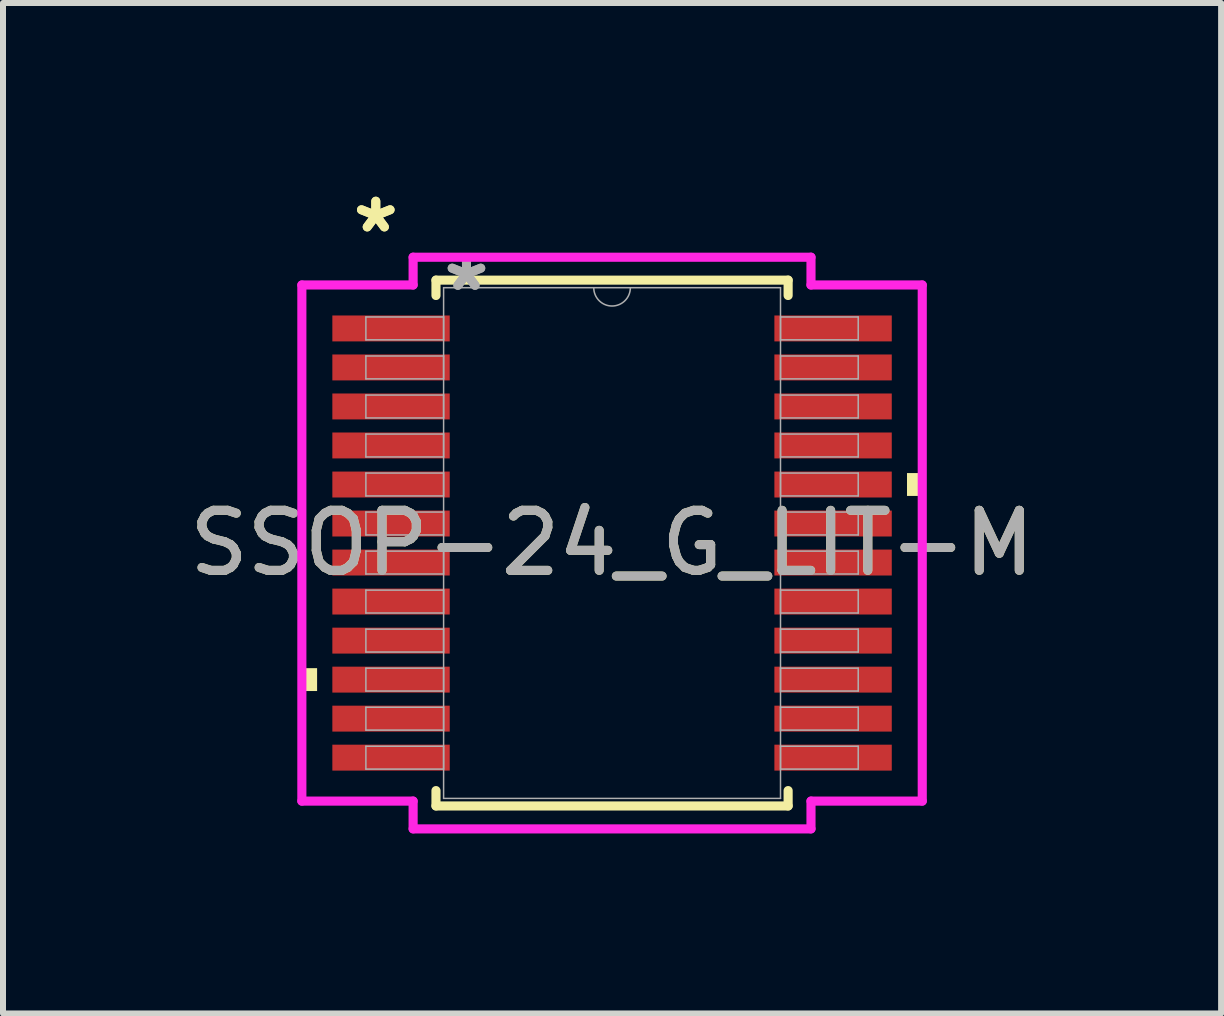
<source format=kicad_pcb>
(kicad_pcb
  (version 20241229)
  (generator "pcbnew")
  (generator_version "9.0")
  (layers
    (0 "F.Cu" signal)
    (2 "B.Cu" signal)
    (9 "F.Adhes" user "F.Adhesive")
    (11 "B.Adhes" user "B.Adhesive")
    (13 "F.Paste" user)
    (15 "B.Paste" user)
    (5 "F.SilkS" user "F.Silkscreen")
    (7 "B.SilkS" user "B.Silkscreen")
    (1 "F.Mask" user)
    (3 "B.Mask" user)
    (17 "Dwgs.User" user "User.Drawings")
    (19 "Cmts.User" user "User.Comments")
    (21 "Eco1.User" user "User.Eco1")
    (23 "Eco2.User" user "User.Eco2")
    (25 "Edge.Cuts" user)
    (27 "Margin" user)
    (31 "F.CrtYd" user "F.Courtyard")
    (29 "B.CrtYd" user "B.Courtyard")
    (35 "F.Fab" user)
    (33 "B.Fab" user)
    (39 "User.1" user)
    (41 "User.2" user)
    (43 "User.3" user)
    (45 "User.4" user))
  (footprint "SSOP-24_G_LIT-M"
    (layer "F.Cu")
    (at 7.149 5.999)
    (property "Reference" "SSOP-24_G_LIT-M" (at 0 0 0) (unlocked yes) (layer "F.SilkS") (effects (font (size 1 1) (thickness 0.15))))
    (attr smd)
    (fp_line (start -2.934 -4.381) (end -2.934 -4.125) (stroke (width 0.152) (type solid)) (layer "F.SilkS"))
    (fp_line (start -2.934 4.125) (end -2.934 4.381) (stroke (width 0.152) (type solid)) (layer "F.SilkS"))
    (fp_line (start -2.934 4.381) (end 2.934 4.381) (stroke (width 0.152) (type solid)) (layer "F.SilkS"))
    (fp_line (start 2.934 -4.381) (end -2.934 -4.381) (stroke (width 0.152) (type solid)) (layer "F.SilkS"))
    (fp_line (start 2.934 -4.125) (end 2.934 -4.381) (stroke (width 0.152) (type solid)) (layer "F.SilkS"))
    (fp_line (start 2.934 4.381) (end 2.934 4.125) (stroke (width 0.152) (type solid)) (layer "F.SilkS"))
    (fp_poly (pts (xy -5.169 2.085) (xy -5.169 2.466) (xy -4.915 2.466) (xy -4.915 2.085)) (stroke (width 0) (type solid)) (fill yes) (layer "F.SilkS"))
    (fp_poly (pts (xy 5.169 -1.166) (xy 5.169 -0.785) (xy 4.915 -0.785) (xy 4.915 -1.166)) (stroke (width 0) (type solid)) (fill yes) (layer "F.SilkS"))
    (fp_line (start -5.169 -4.3) (end -3.315 -4.3) (stroke (width 0.152) (type solid)) (layer "F.CrtYd"))
    (fp_line (start -5.169 4.3) (end -5.169 -4.3) (stroke (width 0.152) (type solid)) (layer "F.CrtYd"))
    (fp_line (start -5.169 4.3) (end -3.315 4.3) (stroke (width 0.152) (type solid)) (layer "F.CrtYd"))
    (fp_line (start -3.315 -4.763) (end 3.315 -4.763) (stroke (width 0.152) (type solid)) (layer "F.CrtYd"))
    (fp_line (start -3.315 -4.3) (end -3.315 -4.763) (stroke (width 0.152) (type solid)) (layer "F.CrtYd"))
    (fp_line (start -3.315 4.763) (end -3.315 4.3) (stroke (width 0.152) (type solid)) (layer "F.CrtYd"))
    (fp_line (start 3.315 -4.763) (end 3.315 -4.3) (stroke (width 0.152) (type solid)) (layer "F.CrtYd"))
    (fp_line (start 3.315 4.3) (end 3.315 4.763) (stroke (width 0.152) (type solid)) (layer "F.CrtYd"))
    (fp_line (start 3.315 4.763) (end -3.315 4.763) (stroke (width 0.152) (type solid)) (layer "F.CrtYd"))
    (fp_line (start 5.169 -4.3) (end 3.315 -4.3) (stroke (width 0.152) (type solid)) (layer "F.CrtYd"))
    (fp_line (start 5.169 -4.3) (end 5.169 4.3) (stroke (width 0.152) (type solid)) (layer "F.CrtYd"))
    (fp_line (start 5.169 4.3) (end 3.315 4.3) (stroke (width 0.152) (type solid)) (layer "F.CrtYd"))
    (fp_line (start -4.102 -3.767) (end -4.102 -3.386) (stroke (width 0.025) (type solid)) (layer "F.Fab"))
    (fp_line (start -4.102 -3.386) (end -2.807 -3.386) (stroke (width 0.025) (type solid)) (layer "F.Fab"))
    (fp_line (start -4.102 -3.117) (end -4.102 -2.736) (stroke (width 0.025) (type solid)) (layer "F.Fab"))
    (fp_line (start -4.102 -2.736) (end -2.807 -2.736) (stroke (width 0.025) (type solid)) (layer "F.Fab"))
    (fp_line (start -4.102 -2.466) (end -4.102 -2.085) (stroke (width 0.025) (type solid)) (layer "F.Fab"))
    (fp_line (start -4.102 -2.085) (end -2.807 -2.085) (stroke (width 0.025) (type solid)) (layer "F.Fab"))
    (fp_line (start -4.102 -1.816) (end -4.102 -1.435) (stroke (width 0.025) (type solid)) (layer "F.Fab"))
    (fp_line (start -4.102 -1.435) (end -2.807 -1.435) (stroke (width 0.025) (type solid)) (layer "F.Fab"))
    (fp_line (start -4.102 -1.166) (end -4.102 -0.785) (stroke (width 0.025) (type solid)) (layer "F.Fab"))
    (fp_line (start -4.102 -0.785) (end -2.807 -0.785) (stroke (width 0.025) (type solid)) (layer "F.Fab"))
    (fp_line (start -4.102 -0.516) (end -4.102 -0.135) (stroke (width 0.025) (type solid)) (layer "F.Fab"))
    (fp_line (start -4.102 -0.135) (end -2.807 -0.135) (stroke (width 0.025) (type solid)) (layer "F.Fab"))
    (fp_line (start -4.102 0.135) (end -4.102 0.516) (stroke (width 0.025) (type solid)) (layer "F.Fab"))
    (fp_line (start -4.102 0.516) (end -2.807 0.516) (stroke (width 0.025) (type solid)) (layer "F.Fab"))
    (fp_line (start -4.102 0.785) (end -4.102 1.166) (stroke (width 0.025) (type solid)) (layer "F.Fab"))
    (fp_line (start -4.102 1.166) (end -2.807 1.166) (stroke (width 0.025) (type solid)) (layer "F.Fab"))
    (fp_line (start -4.102 1.435) (end -4.102 1.816) (stroke (width 0.025) (type solid)) (layer "F.Fab"))
    (fp_line (start -4.102 1.816) (end -2.807 1.816) (stroke (width 0.025) (type solid)) (layer "F.Fab"))
    (fp_line (start -4.102 2.085) (end -4.102 2.466) (stroke (width 0.025) (type solid)) (layer "F.Fab"))
    (fp_line (start -4.102 2.466) (end -2.807 2.466) (stroke (width 0.025) (type solid)) (layer "F.Fab"))
    (fp_line (start -4.102 2.736) (end -4.102 3.117) (stroke (width 0.025) (type solid)) (layer "F.Fab"))
    (fp_line (start -4.102 3.117) (end -2.807 3.117) (stroke (width 0.025) (type solid)) (layer "F.Fab"))
    (fp_line (start -4.102 3.386) (end -4.102 3.767) (stroke (width 0.025) (type solid)) (layer "F.Fab"))
    (fp_line (start -4.102 3.767) (end -2.807 3.767) (stroke (width 0.025) (type solid)) (layer "F.Fab"))
    (fp_line (start -2.807 -4.255) (end -2.807 4.255) (stroke (width 0.025) (type solid)) (layer "F.Fab"))
    (fp_line (start -2.807 -3.767) (end -4.102 -3.767) (stroke (width 0.025) (type solid)) (layer "F.Fab"))
    (fp_line (start -2.807 -3.386) (end -2.807 -3.767) (stroke (width 0.025) (type solid)) (layer "F.Fab"))
    (fp_line (start -2.807 -3.117) (end -4.102 -3.117) (stroke (width 0.025) (type solid)) (layer "F.Fab"))
    (fp_line (start -2.807 -2.736) (end -2.807 -3.117) (stroke (width 0.025) (type solid)) (layer "F.Fab"))
    (fp_line (start -2.807 -2.466) (end -4.102 -2.466) (stroke (width 0.025) (type solid)) (layer "F.Fab"))
    (fp_line (start -2.807 -2.085) (end -2.807 -2.466) (stroke (width 0.025) (type solid)) (layer "F.Fab"))
    (fp_line (start -2.807 -1.816) (end -4.102 -1.816) (stroke (width 0.025) (type solid)) (layer "F.Fab"))
    (fp_line (start -2.807 -1.435) (end -2.807 -1.816) (stroke (width 0.025) (type solid)) (layer "F.Fab"))
    (fp_line (start -2.807 -1.166) (end -4.102 -1.166) (stroke (width 0.025) (type solid)) (layer "F.Fab"))
    (fp_line (start -2.807 -0.785) (end -2.807 -1.166) (stroke (width 0.025) (type solid)) (layer "F.Fab"))
    (fp_line (start -2.807 -0.516) (end -4.102 -0.516) (stroke (width 0.025) (type solid)) (layer "F.Fab"))
    (fp_line (start -2.807 -0.135) (end -2.807 -0.516) (stroke (width 0.025) (type solid)) (layer "F.Fab"))
    (fp_line (start -2.807 0.135) (end -4.102 0.135) (stroke (width 0.025) (type solid)) (layer "F.Fab"))
    (fp_line (start -2.807 0.516) (end -2.807 0.135) (stroke (width 0.025) (type solid)) (layer "F.Fab"))
    (fp_line (start -2.807 0.785) (end -4.102 0.785) (stroke (width 0.025) (type solid)) (layer "F.Fab"))
    (fp_line (start -2.807 1.166) (end -2.807 0.785) (stroke (width 0.025) (type solid)) (layer "F.Fab"))
    (fp_line (start -2.807 1.435) (end -4.102 1.435) (stroke (width 0.025) (type solid)) (layer "F.Fab"))
    (fp_line (start -2.807 1.816) (end -2.807 1.435) (stroke (width 0.025) (type solid)) (layer "F.Fab"))
    (fp_line (start -2.807 2.085) (end -4.102 2.085) (stroke (width 0.025) (type solid)) (layer "F.Fab"))
    (fp_line (start -2.807 2.466) (end -2.807 2.085) (stroke (width 0.025) (type solid)) (layer "F.Fab"))
    (fp_line (start -2.807 2.736) (end -4.102 2.736) (stroke (width 0.025) (type solid)) (layer "F.Fab"))
    (fp_line (start -2.807 3.117) (end -2.807 2.736) (stroke (width 0.025) (type solid)) (layer "F.Fab"))
    (fp_line (start -2.807 3.386) (end -4.102 3.386) (stroke (width 0.025) (type solid)) (layer "F.Fab"))
    (fp_line (start -2.807 3.767) (end -2.807 3.386) (stroke (width 0.025) (type solid)) (layer "F.Fab"))
    (fp_line (start -2.807 4.255) (end 2.807 4.255) (stroke (width 0.025) (type solid)) (layer "F.Fab"))
    (fp_line (start 2.807 -4.255) (end -2.807 -4.255) (stroke (width 0.025) (type solid)) (layer "F.Fab"))
    (fp_line (start 2.807 -3.767) (end 2.807 -3.386) (stroke (width 0.025) (type solid)) (layer "F.Fab"))
    (fp_line (start 2.807 -3.386) (end 4.102 -3.386) (stroke (width 0.025) (type solid)) (layer "F.Fab"))
    (fp_line (start 2.807 -3.117) (end 2.807 -2.736) (stroke (width 0.025) (type solid)) (layer "F.Fab"))
    (fp_line (start 2.807 -2.736) (end 4.102 -2.736) (stroke (width 0.025) (type solid)) (layer "F.Fab"))
    (fp_line (start 2.807 -2.466) (end 2.807 -2.085) (stroke (width 0.025) (type solid)) (layer "F.Fab"))
    (fp_line (start 2.807 -2.085) (end 4.102 -2.085) (stroke (width 0.025) (type solid)) (layer "F.Fab"))
    (fp_line (start 2.807 -1.816) (end 2.807 -1.435) (stroke (width 0.025) (type solid)) (layer "F.Fab"))
    (fp_line (start 2.807 -1.435) (end 4.102 -1.435) (stroke (width 0.025) (type solid)) (layer "F.Fab"))
    (fp_line (start 2.807 -1.166) (end 2.807 -0.785) (stroke (width 0.025) (type solid)) (layer "F.Fab"))
    (fp_line (start 2.807 -0.785) (end 4.102 -0.785) (stroke (width 0.025) (type solid)) (layer "F.Fab"))
    (fp_line (start 2.807 -0.516) (end 2.807 -0.135) (stroke (width 0.025) (type solid)) (layer "F.Fab"))
    (fp_line (start 2.807 -0.135) (end 4.102 -0.135) (stroke (width 0.025) (type solid)) (layer "F.Fab"))
    (fp_line (start 2.807 0.135) (end 2.807 0.516) (stroke (width 0.025) (type solid)) (layer "F.Fab"))
    (fp_line (start 2.807 0.516) (end 4.102 0.516) (stroke (width 0.025) (type solid)) (layer "F.Fab"))
    (fp_line (start 2.807 0.785) (end 2.807 1.166) (stroke (width 0.025) (type solid)) (layer "F.Fab"))
    (fp_line (start 2.807 1.166) (end 4.102 1.166) (stroke (width 0.025) (type solid)) (layer "F.Fab"))
    (fp_line (start 2.807 1.435) (end 2.807 1.816) (stroke (width 0.025) (type solid)) (layer "F.Fab"))
    (fp_line (start 2.807 1.816) (end 4.102 1.816) (stroke (width 0.025) (type solid)) (layer "F.Fab"))
    (fp_line (start 2.807 2.085) (end 2.807 2.466) (stroke (width 0.025) (type solid)) (layer "F.Fab"))
    (fp_line (start 2.807 2.466) (end 4.102 2.466) (stroke (width 0.025) (type solid)) (layer "F.Fab"))
    (fp_line (start 2.807 2.736) (end 2.807 3.117) (stroke (width 0.025) (type solid)) (layer "F.Fab"))
    (fp_line (start 2.807 3.117) (end 4.102 3.117) (stroke (width 0.025) (type solid)) (layer "F.Fab"))
    (fp_line (start 2.807 3.386) (end 2.807 3.767) (stroke (width 0.025) (type solid)) (layer "F.Fab"))
    (fp_line (start 2.807 3.767) (end 4.102 3.767) (stroke (width 0.025) (type solid)) (layer "F.Fab"))
    (fp_line (start 2.807 4.255) (end 2.807 -4.255) (stroke (width 0.025) (type solid)) (layer "F.Fab"))
    (fp_line (start 4.102 -3.767) (end 2.807 -3.767) (stroke (width 0.025) (type solid)) (layer "F.Fab"))
    (fp_line (start 4.102 -3.386) (end 4.102 -3.767) (stroke (width 0.025) (type solid)) (layer "F.Fab"))
    (fp_line (start 4.102 -3.117) (end 2.807 -3.117) (stroke (width 0.025) (type solid)) (layer "F.Fab"))
    (fp_line (start 4.102 -2.736) (end 4.102 -3.117) (stroke (width 0.025) (type solid)) (layer "F.Fab"))
    (fp_line (start 4.102 -2.466) (end 2.807 -2.466) (stroke (width 0.025) (type solid)) (layer "F.Fab"))
    (fp_line (start 4.102 -2.085) (end 4.102 -2.466) (stroke (width 0.025) (type solid)) (layer "F.Fab"))
    (fp_line (start 4.102 -1.816) (end 2.807 -1.816) (stroke (width 0.025) (type solid)) (layer "F.Fab"))
    (fp_line (start 4.102 -1.435) (end 4.102 -1.816) (stroke (width 0.025) (type solid)) (layer "F.Fab"))
    (fp_line (start 4.102 -1.166) (end 2.807 -1.166) (stroke (width 0.025) (type solid)) (layer "F.Fab"))
    (fp_line (start 4.102 -0.785) (end 4.102 -1.166) (stroke (width 0.025) (type solid)) (layer "F.Fab"))
    (fp_line (start 4.102 -0.516) (end 2.807 -0.516) (stroke (width 0.025) (type solid)) (layer "F.Fab"))
    (fp_line (start 4.102 -0.135) (end 4.102 -0.516) (stroke (width 0.025) (type solid)) (layer "F.Fab"))
    (fp_line (start 4.102 0.135) (end 2.807 0.135) (stroke (width 0.025) (type solid)) (layer "F.Fab"))
    (fp_line (start 4.102 0.516) (end 4.102 0.135) (stroke (width 0.025) (type solid)) (layer "F.Fab"))
    (fp_line (start 4.102 0.785) (end 2.807 0.785) (stroke (width 0.025) (type solid)) (layer "F.Fab"))
    (fp_line (start 4.102 1.166) (end 4.102 0.785) (stroke (width 0.025) (type solid)) (layer "F.Fab"))
    (fp_line (start 4.102 1.435) (end 2.807 1.435) (stroke (width 0.025) (type solid)) (layer "F.Fab"))
    (fp_line (start 4.102 1.816) (end 4.102 1.435) (stroke (width 0.025) (type solid)) (layer "F.Fab"))
    (fp_line (start 4.102 2.085) (end 2.807 2.085) (stroke (width 0.025) (type solid)) (layer "F.Fab"))
    (fp_line (start 4.102 2.466) (end 4.102 2.085) (stroke (width 0.025) (type solid)) (layer "F.Fab"))
    (fp_line (start 4.102 2.736) (end 2.807 2.736) (stroke (width 0.025) (type solid)) (layer "F.Fab"))
    (fp_line (start 4.102 3.117) (end 4.102 2.736) (stroke (width 0.025) (type solid)) (layer "F.Fab"))
    (fp_line (start 4.102 3.386) (end 2.807 3.386) (stroke (width 0.025) (type solid)) (layer "F.Fab"))
    (fp_line (start 4.102 3.767) (end 4.102 3.386) (stroke (width 0.025) (type solid)) (layer "F.Fab"))
    (fp_arc (start 0.3048 -4.2545) (mid 0 -3.9497) (end -0.3048 -4.2545) (stroke (width 0.0254) (type solid)) (layer "F.Fab"))
    (fp_text user "*" (at -3.937 -5.151 0) (unlocked yes) (layer "F.SilkS") (effects (font (size 1 1) (thickness 0.15))))
    (fp_text user "*" (at -3.937 -5.151 0) (layer "F.SilkS") (effects (font (size 1 1) (thickness 0.15))))
    (fp_text user "${REFERENCE}" (at 0 0 0) (unlocked yes) (layer "F.Fab") (effects (font (size 1 1) (thickness 0.15))))
    (fp_text user "*" (at -2.426 -4.178 0) (layer "F.Fab") (effects (font (size 1 1) (thickness 0.15))))
    (fp_text user "*" (at -2.426 -4.178 0) (unlocked yes) (layer "F.Fab") (effects (font (size 1 1) (thickness 0.15))))
    (pad "1" smd rect (at -3.683 -3.576) (size 1.956 0.432) (layers "F.Cu" "F.Mask" "F.Paste"))
    (pad "2" smd rect (at -3.683 -2.926) (size 1.956 0.432) (layers "F.Cu" "F.Mask" "F.Paste"))
    (pad "3" smd rect (at -3.683 -2.276) (size 1.956 0.432) (layers "F.Cu" "F.Mask" "F.Paste"))
    (pad "4" smd rect (at -3.683 -1.626) (size 1.956 0.432) (layers "F.Cu" "F.Mask" "F.Paste"))
    (pad "5" smd rect (at -3.683 -0.975) (size 1.956 0.432) (layers "F.Cu" "F.Mask" "F.Paste"))
    (pad "6" smd rect (at -3.683 -0.325) (size 1.956 0.432) (layers "F.Cu" "F.Mask" "F.Paste"))
    (pad "7" smd rect (at -3.683 0.325) (size 1.956 0.432) (layers "F.Cu" "F.Mask" "F.Paste"))
    (pad "8" smd rect (at -3.683 0.975) (size 1.956 0.432) (layers "F.Cu" "F.Mask" "F.Paste"))
    (pad "9" smd rect (at -3.683 1.626) (size 1.956 0.432) (layers "F.Cu" "F.Mask" "F.Paste"))
    (pad "10" smd rect (at -3.683 2.276) (size 1.956 0.432) (layers "F.Cu" "F.Mask" "F.Paste"))
    (pad "11" smd rect (at -3.683 2.926) (size 1.956 0.432) (layers "F.Cu" "F.Mask" "F.Paste"))
    (pad "12" smd rect (at -3.683 3.576) (size 1.956 0.432) (layers "F.Cu" "F.Mask" "F.Paste"))
    (pad "13" smd rect (at 3.683 3.576) (size 1.956 0.432) (layers "F.Cu" "F.Mask" "F.Paste"))
    (pad "14" smd rect (at 3.683 2.926) (size 1.956 0.432) (layers "F.Cu" "F.Mask" "F.Paste"))
    (pad "15" smd rect (at 3.683 2.276) (size 1.956 0.432) (layers "F.Cu" "F.Mask" "F.Paste"))
    (pad "16" smd rect (at 3.683 1.626) (size 1.956 0.432) (layers "F.Cu" "F.Mask" "F.Paste"))
    (pad "17" smd rect (at 3.683 0.975) (size 1.956 0.432) (layers "F.Cu" "F.Mask" "F.Paste"))
    (pad "18" smd rect (at 3.683 0.325) (size 1.956 0.432) (layers "F.Cu" "F.Mask" "F.Paste"))
    (pad "19" smd rect (at 3.683 -0.325) (size 1.956 0.432) (layers "F.Cu" "F.Mask" "F.Paste"))
    (pad "20" smd rect (at 3.683 -0.975) (size 1.956 0.432) (layers "F.Cu" "F.Mask" "F.Paste"))
    (pad "21" smd rect (at 3.683 -1.626) (size 1.956 0.432) (layers "F.Cu" "F.Mask" "F.Paste"))
    (pad "22" smd rect (at 3.683 -2.276) (size 1.956 0.432) (layers "F.Cu" "F.Mask" "F.Paste"))
    (pad "23" smd rect (at 3.683 -2.926) (size 1.956 0.432) (layers "F.Cu" "F.Mask" "F.Paste"))
    (pad "24" smd rect (at 3.683 -3.576) (size 1.956 0.432) (layers "F.Cu" "F.Mask" "F.Paste")))
  (gr_rect
    (start -3 -3)
    (end 17.298 13.838)
    (stroke (width 0.1) (type default))
    (fill no)
    (layer "Edge.Cuts")))
</source>
